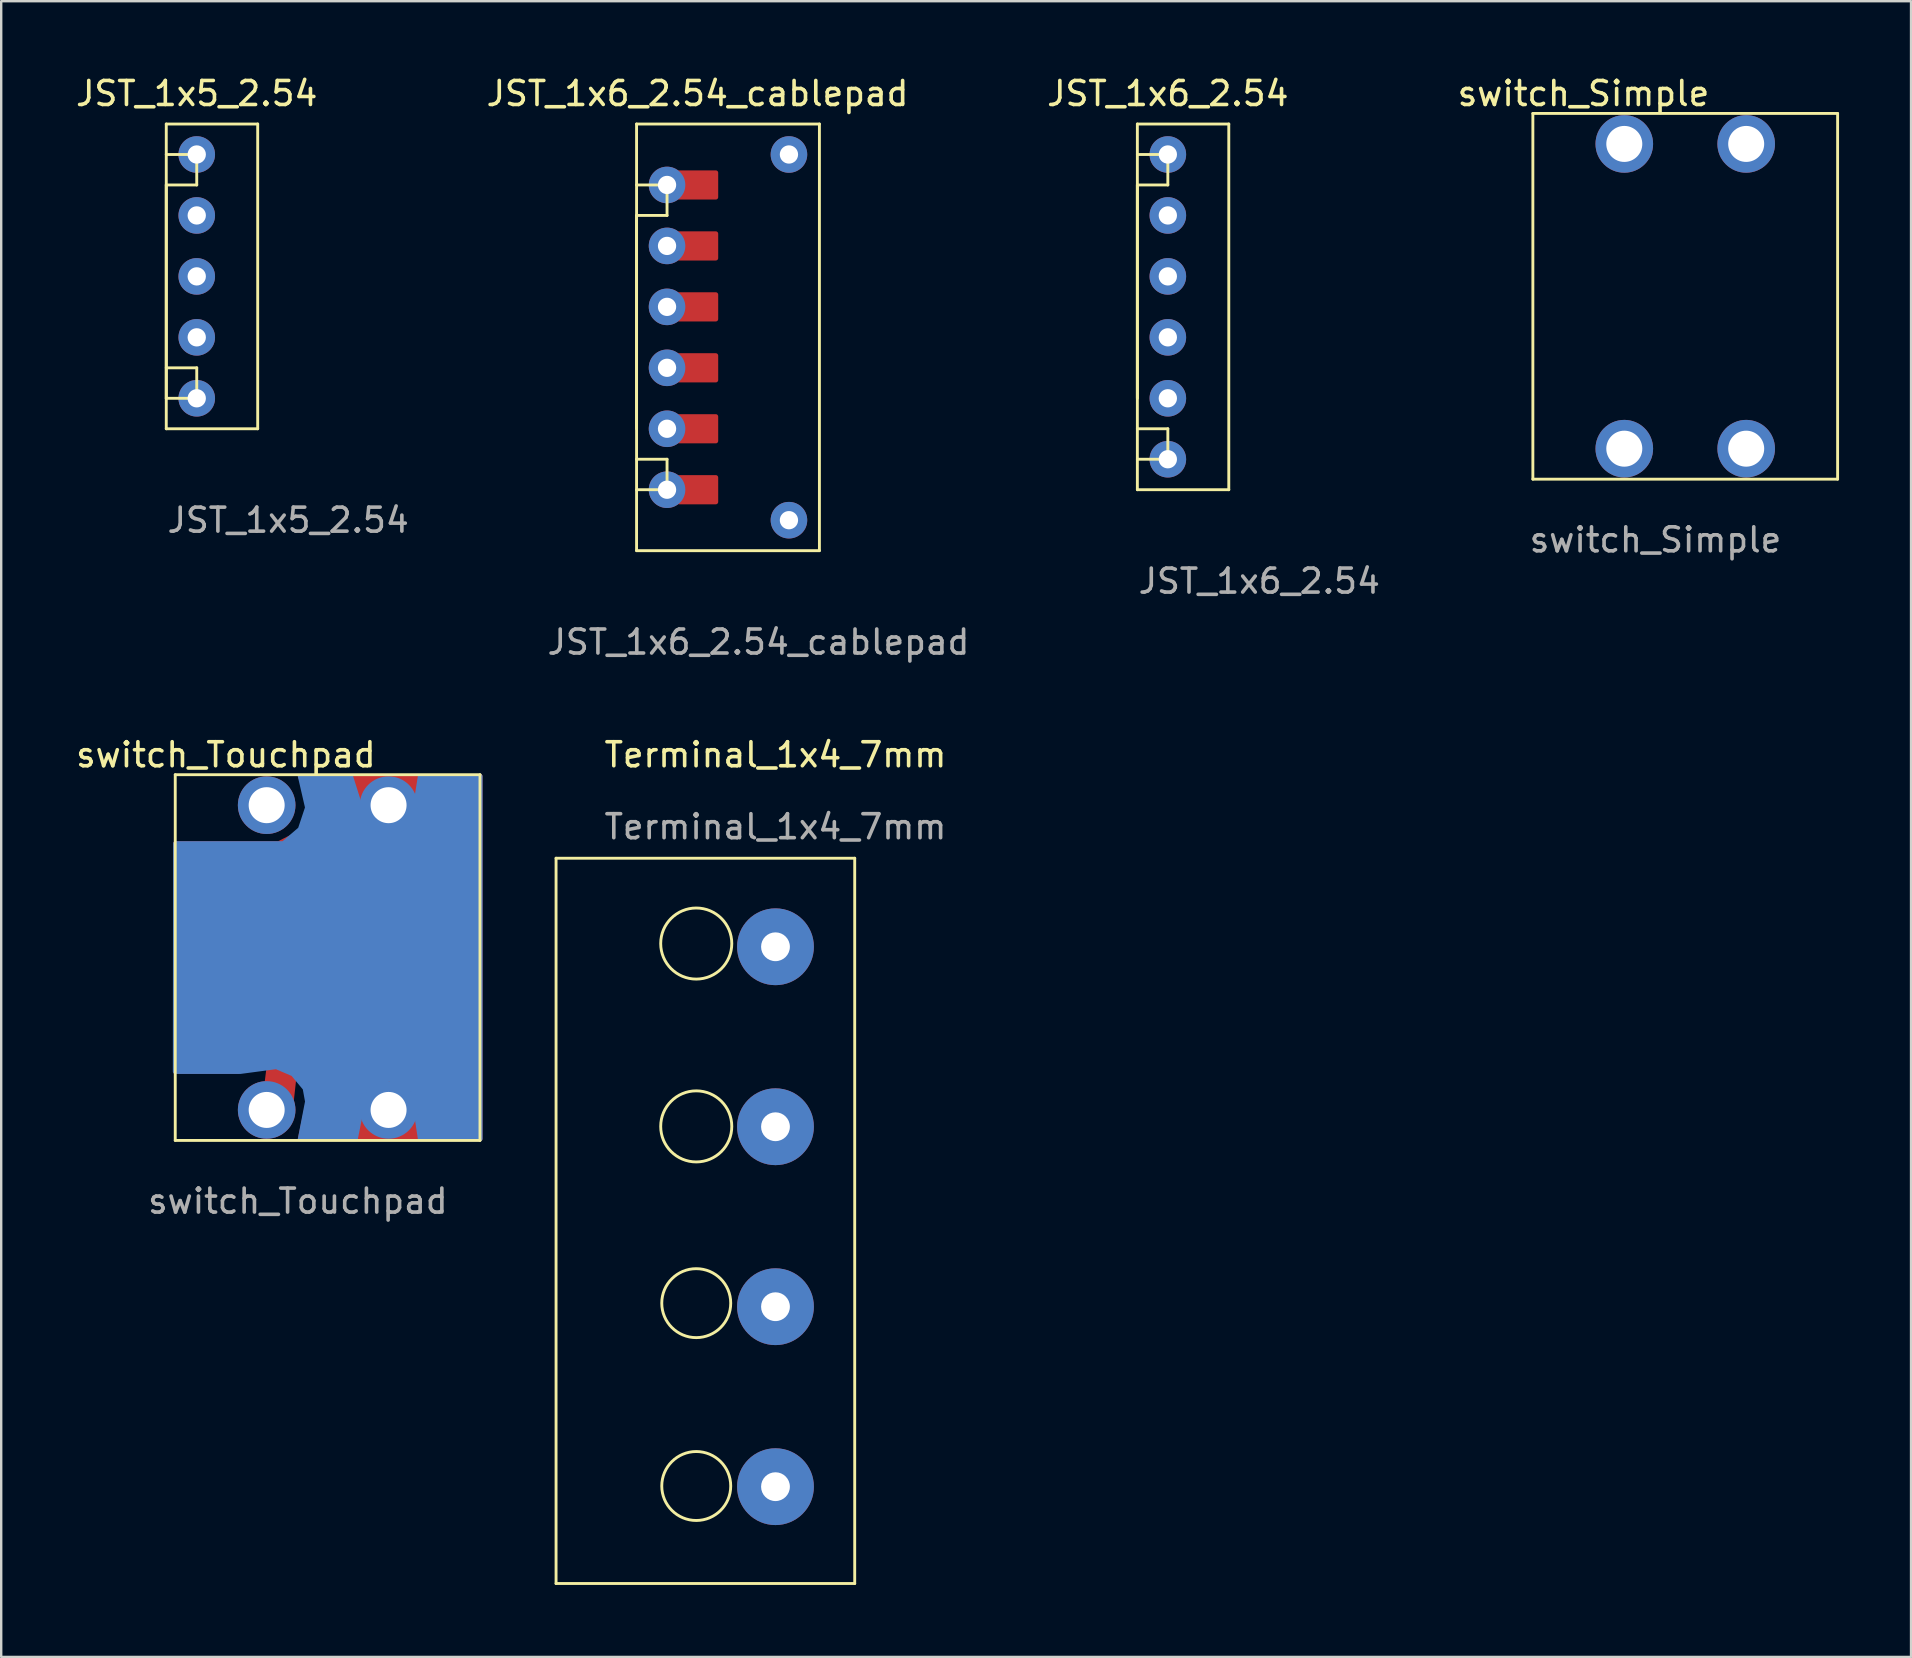
<source format=kicad_pcb>
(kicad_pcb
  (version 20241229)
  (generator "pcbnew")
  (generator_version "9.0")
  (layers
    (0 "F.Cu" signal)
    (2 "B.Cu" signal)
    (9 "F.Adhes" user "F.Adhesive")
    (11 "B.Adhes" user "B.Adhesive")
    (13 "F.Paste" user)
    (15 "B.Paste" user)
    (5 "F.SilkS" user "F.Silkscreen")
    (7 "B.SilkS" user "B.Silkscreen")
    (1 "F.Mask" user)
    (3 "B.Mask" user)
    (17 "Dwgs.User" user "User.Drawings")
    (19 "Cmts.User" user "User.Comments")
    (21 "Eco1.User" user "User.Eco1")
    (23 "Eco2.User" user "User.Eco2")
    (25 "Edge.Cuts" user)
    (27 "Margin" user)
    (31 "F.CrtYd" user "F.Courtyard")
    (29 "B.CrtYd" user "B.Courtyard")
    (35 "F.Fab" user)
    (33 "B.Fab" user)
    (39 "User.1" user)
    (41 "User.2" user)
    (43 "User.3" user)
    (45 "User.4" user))
  (footprint "switch_Simple"
    (layer "F.Cu")
    (at 64.64 2.948)
    (property "Reference" "switch_Simple" (at -1.7 -2.1 0) (unlocked yes) (layer "F.SilkS") (effects (font (size 1 1) (thickness 0.15))))
    (attr through_hole)
    (fp_line (start -3.81 -1.27) (end -3.81 13.97) (stroke (width 0.12) (type default)) (layer "F.SilkS"))
    (fp_line (start -3.81 13.97) (end 8.89 13.97) (stroke (width 0.12) (type default)) (layer "F.SilkS"))
    (fp_line (start 8.89 -1.27) (end -3.81 -1.27) (stroke (width 0.12) (type default)) (layer "F.SilkS"))
    (fp_line (start 8.89 13.97) (end 8.89 -1.27) (stroke (width 0.12) (type default)) (layer "F.SilkS"))
    (fp_text user "${REFERENCE}" (at 1.3 16.5 0) (unlocked yes) (layer "F.Fab") (effects (font (size 1 1) (thickness 0.15))))
    (pad "1" thru_hole circle (at 0 0) (size 2.4 2.4) (drill 1.5) (layers "*.Cu" "*.Mask"))
    (pad "2" thru_hole circle (at 0 12.7) (size 2.4 2.4) (drill 1.5) (layers "*.Cu" "*.Mask"))
    (pad "3" thru_hole circle (at 5.08 12.7) (size 2.4 2.4) (drill 1.5) (layers "*.Cu" "*.Mask"))
    (pad "4" thru_hole circle (at 5.08 0) (size 2.4 2.4) (drill 1.5) (layers "*.Cu" "*.Mask")))
  (footprint "Terminal_1x4_7mm"
    (layer "F.Cu")
    (at 29.267 28.905)
    (property "Reference" "Terminal_1x4_7mm" (at 0 -0.5 0) (unlocked yes) (layer "F.SilkS") (effects (font (size 1 1) (thickness 0.15))))
    (attr through_hole)
    (fp_line (start -9.144 3.81) (end 3.302 3.81) (stroke (width 0.12) (type default)) (layer "F.SilkS"))
    (fp_line (start -9.144 34.036) (end -9.144 3.81) (stroke (width 0.12) (type default)) (layer "F.SilkS"))
    (fp_line (start 3.302 3.81) (end 3.302 34.036) (stroke (width 0.12) (type default)) (layer "F.SilkS"))
    (fp_line (start 3.302 34.036) (end -9.144 34.036) (stroke (width 0.12) (type default)) (layer "F.SilkS"))
    (fp_circle (center -3.302 7.366) (end -2.54 8.636) (stroke (width 0.12) (type default)) (fill no) (layer "F.SilkS"))
    (fp_circle (center -3.302 14.986) (end -2.032 15.748) (stroke (width 0.12) (type default)) (fill no) (layer "F.SilkS"))
    (fp_circle (center -3.302 22.352) (end -2.286 23.368) (stroke (width 0.12) (type default)) (fill no) (layer "F.SilkS"))
    (fp_circle (center -3.302 29.972) (end -2.286 28.956) (stroke (width 0.12) (type default)) (fill no) (layer "F.SilkS"))
    (fp_text user "${REFERENCE}" (at 0 2.5 0) (unlocked yes) (layer "F.Fab") (effects (font (size 1 1) (thickness 0.15))))
    (pad "1" thru_hole circle (at 0 7.5) (size 3.2 3.2) (drill 1.2) (layers "*.Cu" "*.Mask"))
    (pad "2" thru_hole circle (at 0 15) (size 3.2 3.2) (drill 1.2) (layers "*.Cu" "*.Mask"))
    (pad "3" thru_hole circle (at 0 22.5) (size 3.2 3.2) (drill 1.2) (layers "*.Cu" "*.Mask"))
    (pad "4" thru_hole circle (at 0 30) (size 3.2 3.2) (drill 1.2) (layers "*.Cu" "*.Mask")))
  (footprint "JST_1x6_2.54"
    (layer "F.Cu")
    (at 45.618 3.388)
    (property "Reference" "JST_1x6_2.54" (at 0 -2.54 0) (unlocked yes) (layer "F.SilkS") (effects (font (size 1 1) (thickness 0.15))))
    (attr through_hole)
    (fp_line (start -1.27 -1.27) (end 2.54 -1.27) (stroke (width 0.12) (type default)) (layer "F.SilkS"))
    (fp_line (start -1.27 0) (end 0 0) (stroke (width 0.12) (type default)) (layer "F.SilkS"))
    (fp_line (start -1.27 1.27) (end -1.27 10.16) (stroke (width 0.12) (type default)) (layer "F.SilkS"))
    (fp_line (start -1.27 12.7) (end 0 12.7) (stroke (width 0.12) (type default)) (layer "F.SilkS"))
    (fp_line (start -1.27 13.97) (end -1.27 -1.27) (stroke (width 0.12) (type default)) (layer "F.SilkS"))
    (fp_line (start 0 0) (end 0 1.27) (stroke (width 0.12) (type default)) (layer "F.SilkS"))
    (fp_line (start 0 1.27) (end -1.27 1.27) (stroke (width 0.12) (type default)) (layer "F.SilkS"))
    (fp_line (start 0 11.43) (end -1.27 11.43) (stroke (width 0.12) (type default)) (layer "F.SilkS"))
    (fp_line (start 0 12.7) (end 0 11.43) (stroke (width 0.12) (type default)) (layer "F.SilkS"))
    (fp_line (start 2.54 -1.27) (end 2.54 13.97) (stroke (width 0.12) (type default)) (layer "F.SilkS"))
    (fp_line (start 2.54 13.97) (end -1.27 13.97) (stroke (width 0.12) (type default)) (layer "F.SilkS"))
    (fp_text user "${REFERENCE}" (at 3.81 17.78 0) (unlocked yes) (layer "F.Fab") (effects (font (size 1 1) (thickness 0.15))))
    (pad "1" thru_hole circle (at 0 0) (size 1.524 1.524) (drill 0.762) (layers "*.Cu" "*.Mask"))
    (pad "2" thru_hole circle (at 0 2.54) (size 1.524 1.524) (drill 0.762) (layers "*.Cu" "*.Mask"))
    (pad "3" thru_hole circle (at 0 5.08) (size 1.524 1.524) (drill 0.762) (layers "*.Cu" "*.Mask"))
    (pad "4" thru_hole circle (at 0 7.62) (size 1.524 1.524) (drill 0.762) (layers "*.Cu" "*.Mask"))
    (pad "5" thru_hole circle (at 0 10.16) (size 1.524 1.524) (drill 0.762) (layers "*.Cu" "*.Mask"))
    (pad "6" thru_hole circle (at 0 12.7) (size 1.524 1.524) (drill 0.762) (layers "*.Cu" "*.Mask")))
  (footprint "JST_1x5_2.54"
    (layer "F.Cu")
    (at 5.149 3.388)
    (property "Reference" "JST_1x5_2.54" (at 0 -2.54 0) (unlocked yes) (layer "F.SilkS") (effects (font (size 1 1) (thickness 0.15))))
    (attr through_hole)
    (fp_line (start -1.27 -1.27) (end 2.54 -1.27) (stroke (width 0.12) (type default)) (layer "F.SilkS"))
    (fp_line (start -1.27 0) (end 0 0) (stroke (width 0.12) (type default)) (layer "F.SilkS"))
    (fp_line (start -1.27 1.27) (end -1.27 10.16) (stroke (width 0.12) (type default)) (layer "F.SilkS"))
    (fp_line (start -1.27 10.16) (end 0 10.16) (stroke (width 0.12) (type default)) (layer "F.SilkS"))
    (fp_line (start -1.27 11.43) (end -1.27 -1.27) (stroke (width 0.12) (type default)) (layer "F.SilkS"))
    (fp_line (start 0 0) (end 0 1.27) (stroke (width 0.12) (type default)) (layer "F.SilkS"))
    (fp_line (start 0 1.27) (end -1.27 1.27) (stroke (width 0.12) (type default)) (layer "F.SilkS"))
    (fp_line (start 0 8.89) (end -1.27 8.89) (stroke (width 0.12) (type default)) (layer "F.SilkS"))
    (fp_line (start 0 10.16) (end 0 8.89) (stroke (width 0.12) (type default)) (layer "F.SilkS"))
    (fp_line (start 2.54 -1.27) (end 2.54 11.43) (stroke (width 0.12) (type default)) (layer "F.SilkS"))
    (fp_line (start 2.54 11.43) (end -1.27 11.43) (stroke (width 0.12) (type default)) (layer "F.SilkS"))
    (fp_text user "${REFERENCE}" (at 3.81 15.24 0) (unlocked yes) (layer "F.Fab") (effects (font (size 1 1) (thickness 0.15))))
    (pad "1" thru_hole circle (at 0 0) (size 1.524 1.524) (drill 0.762) (layers "*.Cu" "*.Mask"))
    (pad "2" thru_hole circle (at 0 2.54) (size 1.524 1.524) (drill 0.762) (layers "*.Cu" "*.Mask"))
    (pad "3" thru_hole circle (at 0 5.08) (size 1.524 1.524) (drill 0.762) (layers "*.Cu" "*.Mask"))
    (pad "4" thru_hole circle (at 0 7.62) (size 1.524 1.524) (drill 0.762) (layers "*.Cu" "*.Mask"))
    (pad "5" thru_hole circle (at 0 10.16) (size 1.524 1.524) (drill 0.762) (layers "*.Cu" "*.Mask")))
  (footprint "JST_1x6_2.54_cablepad"
    (layer "F.Cu")
    (at 24.748 4.658)
    (property "Reference" "JST_1x6_2.54_cablepad" (at 1.27 -3.81 0) (unlocked yes) (layer "F.SilkS") (effects (font (size 1 1) (thickness 0.15))))
    (attr through_hole)
    (fp_poly (pts (xy 0.508 -0.508) (xy 2.032 -0.508) (xy 2.032 0.508) (xy 0.508 0.508)) (stroke (width 0.2) (type solid)) (fill yes) (layer "F.Cu"))
    (fp_poly (pts (xy 0.508 2.032) (xy 2.032 2.032) (xy 2.032 3.048) (xy 0.508 3.048)) (stroke (width 0.2) (type solid)) (fill yes) (layer "F.Cu"))
    (fp_poly (pts (xy 0.508 4.572) (xy 2.032 4.572) (xy 2.032 5.588) (xy 0.508 5.588)) (stroke (width 0.2) (type solid)) (fill yes) (layer "F.Cu"))
    (fp_poly (pts (xy 0.508 7.112) (xy 2.032 7.112) (xy 2.032 8.128) (xy 0.508 8.128)) (stroke (width 0.2) (type solid)) (fill yes) (layer "F.Cu"))
    (fp_poly (pts (xy 0.508 9.652) (xy 2.032 9.652) (xy 2.032 10.668) (xy 0.508 10.668)) (stroke (width 0.2) (type solid)) (fill yes) (layer "F.Cu"))
    (fp_poly (pts (xy 0.508 12.192) (xy 2.032 12.192) (xy 2.032 13.208) (xy 0.508 13.208)) (stroke (width 0.2) (type solid)) (fill yes) (layer "F.Cu"))
    (fp_poly (pts (xy 2.032 -0.508) (xy 0.508 -0.508) (xy 0.508 0.508) (xy 2.032 0.508)) (stroke (width 0.12) (type solid)) (fill yes) (layer "F.Mask"))
    (fp_poly (pts (xy 2.032 2.032) (xy 0.508 2.032) (xy 0.508 3.048) (xy 2.032 3.048)) (stroke (width 0.12) (type solid)) (fill yes) (layer "F.Mask"))
    (fp_poly (pts (xy 2.032 4.572) (xy 0.508 4.572) (xy 0.508 5.588) (xy 2.032 5.588)) (stroke (width 0.12) (type solid)) (fill yes) (layer "F.Mask"))
    (fp_poly (pts (xy 2.032 7.112) (xy 0.508 7.112) (xy 0.508 8.128) (xy 2.032 8.128)) (stroke (width 0.12) (type solid)) (fill yes) (layer "F.Mask"))
    (fp_poly (pts (xy 2.032 9.652) (xy 0.508 9.652) (xy 0.508 10.668) (xy 2.032 10.668)) (stroke (width 0.12) (type solid)) (fill yes) (layer "F.Mask"))
    (fp_poly (pts (xy 2.032 12.192) (xy 0.508 12.192) (xy 0.508 13.208) (xy 2.032 13.208)) (stroke (width 0.12) (type solid)) (fill yes) (layer "F.Mask"))
    (fp_line (start -1.27 -2.54) (end 6.35 -2.54) (stroke (width 0.12) (type default)) (layer "F.SilkS"))
    (fp_line (start -1.27 0) (end 0 0) (stroke (width 0.12) (type default)) (layer "F.SilkS"))
    (fp_line (start -1.27 1.27) (end -1.27 10.16) (stroke (width 0.12) (type default)) (layer "F.SilkS"))
    (fp_line (start -1.27 12.7) (end 0 12.7) (stroke (width 0.12) (type default)) (layer "F.SilkS"))
    (fp_line (start -1.27 15.24) (end -1.27 -2.54) (stroke (width 0.12) (type default)) (layer "F.SilkS"))
    (fp_line (start 0 0) (end 0 1.27) (stroke (width 0.12) (type default)) (layer "F.SilkS"))
    (fp_line (start 0 1.27) (end -1.27 1.27) (stroke (width 0.12) (type default)) (layer "F.SilkS"))
    (fp_line (start 0 11.43) (end -1.27 11.43) (stroke (width 0.12) (type default)) (layer "F.SilkS"))
    (fp_line (start 0 12.7) (end 0 11.43) (stroke (width 0.12) (type default)) (layer "F.SilkS"))
    (fp_line (start 6.35 -2.54) (end 6.35 15.24) (stroke (width 0.12) (type default)) (layer "F.SilkS"))
    (fp_line (start 6.35 15.24) (end -1.27 15.24) (stroke (width 0.12) (type default)) (layer "F.SilkS"))
    (fp_text user "${REFERENCE}" (at 3.81 19.05 0) (unlocked yes) (layer "F.Fab") (effects (font (size 1 1) (thickness 0.15))))
    (pad "" thru_hole circle (at 5.08 -1.27) (size 1.524 1.524) (drill 0.762) (layers "*.Cu" "*.Mask"))
    (pad "" thru_hole circle (at 5.08 13.97) (size 1.524 1.524) (drill 0.762) (layers "*.Cu" "*.Mask"))
    (pad "1" thru_hole circle (at 0 0) (size 1.524 1.524) (drill 0.762) (layers "*.Cu" "*.Mask"))
    (pad "2" thru_hole circle (at 0 2.54) (size 1.524 1.524) (drill 0.762) (layers "*.Cu" "*.Mask"))
    (pad "3" thru_hole circle (at 0 5.08) (size 1.524 1.524) (drill 0.762) (layers "*.Cu" "*.Mask"))
    (pad "4" thru_hole circle (at 0 7.62) (size 1.524 1.524) (drill 0.762) (layers "*.Cu" "*.Mask"))
    (pad "5" thru_hole circle (at 0 10.16) (size 1.524 1.524) (drill 0.762) (layers "*.Cu" "*.Mask"))
    (pad "6" thru_hole circle (at 0 12.7) (size 1.524 1.524) (drill 0.762) (layers "*.Cu" "*.Mask")))
  (footprint "switch_Touchpad"
    (layer "F.Cu")
    (at 8.063 30.505)
    (property "Reference" "switch_Touchpad" (at -1.7 -2.1 0) (unlocked yes) (layer "F.SilkS") (effects (font (size 1 1) (thickness 0.15))))
    (attr through_hole)
    (fp_circle (center 2.54 6.35) (end 6.35 7.62) (stroke (width 0.2) (type default)) (fill no) (layer "F.Cu"))
    (fp_poly (pts (xy 0 11.684) (xy 0.254 9.652) (xy 1.27 10.16) (xy 1.016 12.446) (xy 0.508 11.938)) (stroke (width 0.2) (type solid)) (fill yes) (layer "F.Cu"))
    (fp_poly (pts (xy 2.54 2.334) (xy 3.81 2.54) (xy 4.826 3.048) (xy 5.842 4.064) (xy 6.35 5.08) (xy 6.556 6.35) (xy 6.35 7.62) (xy 5.842 8.636) (xy 4.826 9.652) (xy 3.556 10.16) (xy 2.54 10.366) (xy 1.27 10.16) (xy 0.254 9.652) (xy -0.762 8.636) (xy -1.1 7.874) (xy -1.476 6.35) (xy -1.17 4.926) (xy -0.408 3.656) (xy 0.762 2.794) (xy 1.27 2.54)) (stroke (width 0.2) (type solid)) (fill yes) (layer "F.Cu"))
    (fp_poly (pts (xy 1.8 -0.3) (xy 1.65 0.65) (xy 1.3 1.2) (xy 0.5 1.6) (xy -0.6 1.6) (xy -2.1 1.6) (xy -3.8 1.6) (xy -3.8 6.3) (xy -3.8 11.1) (xy -1.2 11.1) (xy -0.7 10.6) (xy -0.7 10) (xy -1.1 9.5) (xy -1.7 8.8) (xy -2.2 7.1) (xy -2.2 5.6) (xy -1.7 4) (xy -0.8 2.9) (xy 0.9 1.8) (xy 1.95 1.5) (xy 3 1.5) (xy 4.1 1.7) (xy 5.08 2.2) (xy 6.4 3.4) (xy 7.2 5.4) (xy 7.3 7) (xy 7 8.2) (xy 6.2 9.6) (xy 4.7 10.8) (xy 3.2 11.2) (xy 1.8 11.2) (xy 1.7 12.5) (xy 1.4 13.9) (xy 8.9 13.9) (xy 8.9 -1.2) (xy 1.4 -1.2)) (stroke (width 0.2) (type solid)) (fill yes) (layer "F.Cu"))
    (fp_poly (pts (xy 8.9 -1.2) (xy 6.4 -1.2) (xy 6.1 0.7) (xy 5.1 1.3) (xy 4.1 0.7) (xy 3.5 -1.2) (xy 1.4 -1.2) (xy 1.7 0.1) (xy 1.4 1) (xy 0.7 1.6) (xy -3.8 1.6) (xy -3.81 11.1) (xy -1.1 11.1) (xy 0.4 10.9) (xy 1.1 11.2) (xy 1.6 11.8) (xy 1.7 12.35) (xy 1.4 13.9) (xy 3.7 13.9) (xy 4.1 11.9) (xy 5.1 11.4) (xy 6.1 11.9) (xy 6.4 13.9) (xy 8.9 13.9)) (stroke (width 0.2) (type solid)) (fill yes) (layer "B.Cu"))
    (fp_line (start -3.81 -1.27) (end -3.81 13.97) (stroke (width 0.12) (type default)) (layer "F.SilkS"))
    (fp_line (start -3.81 13.97) (end 8.89 13.97) (stroke (width 0.12) (type default)) (layer "F.SilkS"))
    (fp_line (start 8.89 -1.27) (end -3.81 -1.27) (stroke (width 0.12) (type default)) (layer "F.SilkS"))
    (fp_line (start 8.89 13.97) (end 8.89 -1.27) (stroke (width 0.12) (type default)) (layer "F.SilkS"))
    (fp_text user "${REFERENCE}" (at 1.3 16.5 0) (unlocked yes) (layer "F.Fab") (effects (font (size 1 1) (thickness 0.15))))
    (pad "1" thru_hole circle (at 0 0) (size 2.4 2.4) (drill 1.5) (layers "*.Cu" "*.Mask"))
    (pad "2" thru_hole circle (at 0 12.7) (size 2.4 2.4) (drill 1.5) (layers "*.Cu" "*.Mask"))
    (pad "3" thru_hole circle (at 5.08 12.7) (size 2.4 2.4) (drill 1.5) (layers "*.Cu" "*.Mask"))
    (pad "4" thru_hole circle (at 5.08 0) (size 2.4 2.4) (drill 1.5) (layers "*.Cu" "*.Mask")))
  (gr_rect
    (start -3 -3)
    (end 76.59 66.001)
    (stroke (width 0.1) (type default))
    (fill no)
    (layer "Edge.Cuts")))
</source>
